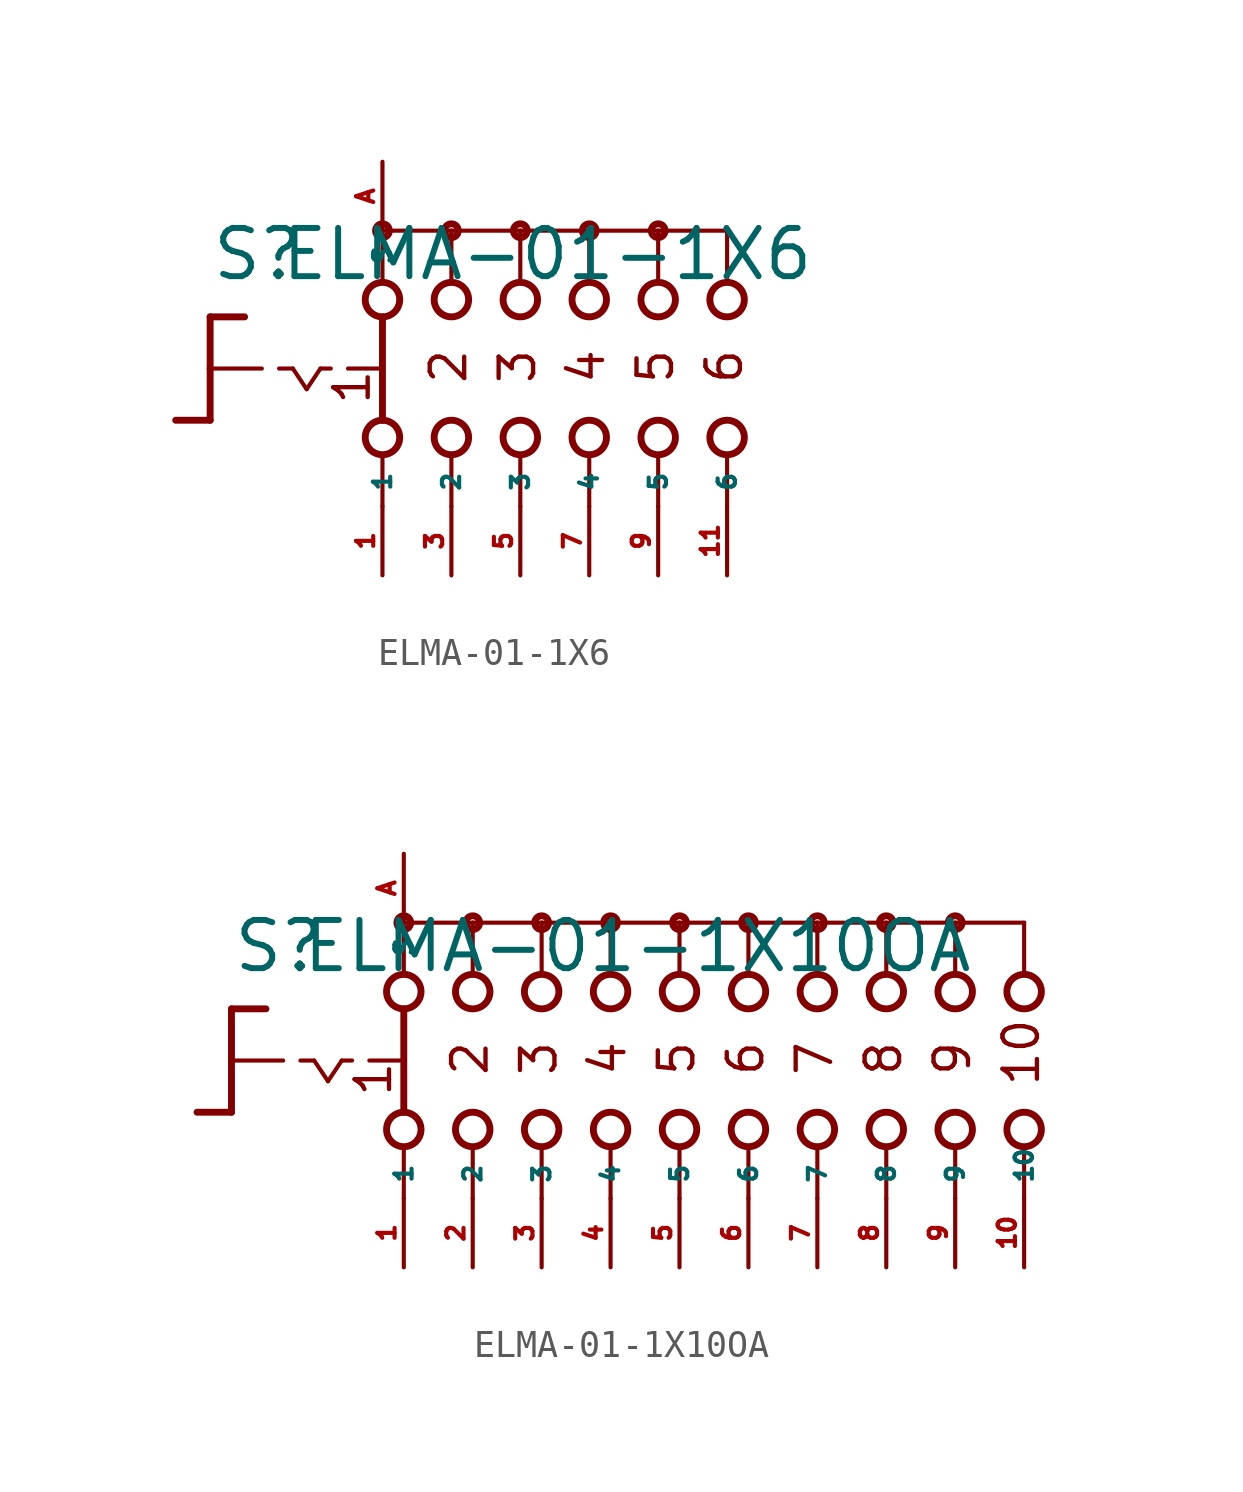
<source format=kicad_sym>
(kicad_symbol_lib
  (version 20220914)
  (generator Eagle2Kicad)
  (symbol "ELMA-01-1X6"
    (property "Reference" "S"
      (at -11.43 3.175 0)
      (effects (font (size 1.778 1.778) (thickness 0.22)) (justify left bottom)))
    (property "Value" "ELMA-01-1X6"
      (at -8.89 3.175 0)
      (effects (font (size 1.778 1.778) (thickness 0.22)) (justify left bottom)))
    (polyline
      (pts (xy -11.43 1.905) (xy -10.16 1.905))
      (stroke (width 0.254) (type default))
      (fill (type none)))
    (polyline
      (pts (xy -11.43 1.905) (xy -11.43 0))
      (stroke (width 0.254) (type default))
      (fill (type none)))
    (polyline
      (pts (xy -11.43 -1.905) (xy -12.7 -1.905))
      (stroke (width 0.254) (type default))
      (fill (type none)))
    (polyline
      (pts (xy -11.43 0) (xy -9.525 0))
      (stroke (width 0.152) (type default))
      (fill (type none)))
    (polyline
      (pts (xy -11.43 0) (xy -11.43 -1.905))
      (stroke (width 0.254) (type default))
      (fill (type none)))
    (polyline
      (pts (xy -8.89 0) (xy -8.382 0))
      (stroke (width 0.152) (type default))
      (fill (type none)))
    (polyline
      (pts (xy -7.366 0) (xy -6.985 0))
      (stroke (width 0.152) (type default))
      (fill (type none)))
    (polyline
      (pts (xy -6.35 0) (xy -5.207 0))
      (stroke (width 0.152) (type default))
      (fill (type none)))
    (polyline
      (pts (xy -8.382 0) (xy -7.874 -0.762))
      (stroke (width 0.152) (type default))
      (fill (type none)))
    (polyline
      (pts (xy -7.874 -0.762) (xy -7.366 0))
      (stroke (width 0.152) (type default))
      (fill (type none)))
    (polyline
      (pts (xy -2.54 3.175) (xy -2.54 5.08))
      (stroke (width 0.152) (type default))
      (fill (type none)))
    (polyline
      (pts (xy 0 3.175) (xy 0 5.08))
      (stroke (width 0.152) (type default))
      (fill (type none)))
    (polyline
      (pts (xy 2.54 3.175) (xy 2.54 5.08))
      (stroke (width 0.152) (type default))
      (fill (type none)))
    (polyline
      (pts (xy -2.54 -5.08) (xy -2.54 -3.175))
      (stroke (width 0.152) (type default))
      (fill (type none)))
    (polyline
      (pts (xy 0 -5.08) (xy 0 -3.175))
      (stroke (width 0.152) (type default))
      (fill (type none)))
    (polyline
      (pts (xy 2.54 -5.08) (xy 2.54 -3.175))
      (stroke (width 0.152) (type default))
      (fill (type none)))
    (polyline
      (pts (xy 0 5.08) (xy -2.54 5.08))
      (stroke (width 0.152) (type default))
      (fill (type none)))
    (polyline
      (pts (xy 0 5.08) (xy 2.54 5.08))
      (stroke (width 0.152) (type default))
      (fill (type none)))
    (polyline
      (pts (xy 5.08 -5.08) (xy 5.08 -3.175))
      (stroke (width 0.152) (type default))
      (fill (type none)))
    (polyline
      (pts (xy 7.62 -5.08) (xy 7.62 -3.175))
      (stroke (width 0.152) (type default))
      (fill (type none)))
    (polyline
      (pts (xy 5.08 3.175) (xy 5.08 5.08))
      (stroke (width 0.152) (type default))
      (fill (type none)))
    (polyline
      (pts (xy 7.62 3.175) (xy 7.62 5.08))
      (stroke (width 0.152) (type default))
      (fill (type none)))
    (polyline
      (pts (xy 2.54 5.08) (xy 5.08 5.08))
      (stroke (width 0.152) (type default))
      (fill (type none)))
    (polyline
      (pts (xy 5.08 5.08) (xy 7.62 5.08))
      (stroke (width 0.152) (type default))
      (fill (type none)))
    (polyline
      (pts (xy -5.08 5.08) (xy -5.08 3.175))
      (stroke (width 0.152) (type default))
      (fill (type none)))
    (polyline
      (pts (xy -5.08 1.905) (xy -5.08 -1.905))
      (stroke (width 0.254) (type default))
      (fill (type none)))
    (polyline
      (pts (xy -5.08 -3.175) (xy -5.08 -5.08))
      (stroke (width 0.152) (type default))
      (fill (type none)))
    (polyline
      (pts (xy -2.54 5.08) (xy -5.08 5.08))
      (stroke (width 0.152) (type default))
      (fill (type none)))
    (text "1"
      (at -5.461 -1.397 900)
      (effects (font (size 1.27 1.27) (thickness 0.16)) (justify left bottom)))
    (text "2"
      (at -1.905 -0.635 900)
      (effects (font (size 1.27 1.27) (thickness 0.16)) (justify left bottom)))
    (text "3"
      (at 0.635 -0.635 900)
      (effects (font (size 1.27 1.27) (thickness 0.16)) (justify left bottom)))
    (text "4"
      (at 3.175 -0.635 900)
      (effects (font (size 1.27 1.27) (thickness 0.16)) (justify left bottom)))
    (text "5"
      (at 5.715 -0.635 900)
      (effects (font (size 1.27 1.27) (thickness 0.16)) (justify left bottom)))
    (text "6"
      (at 8.255 -0.635 900)
      (effects (font (size 1.27 1.27) (thickness 0.16)) (justify left bottom)))
    (circle
      (center 0 5.08)
      (radius 0.254)
      (stroke (width 0.254) (type default))
      (fill (type none)))
    (circle
      (center 2.54 5.08)
      (radius 0.254)
      (stroke (width 0.254) (type default))
      (fill (type none)))
    (circle
      (center -5.08 5.08)
      (radius 0.254)
      (stroke (width 0.254) (type default))
      (fill (type none)))
    (circle
      (center -2.54 5.08)
      (radius 0.254)
      (stroke (width 0.254) (type default))
      (fill (type none)))
    (circle
      (center -5.08 2.54)
      (radius 0.635)
      (stroke (width 0.254) (type default))
      (fill (type none)))
    (circle
      (center -2.54 2.54)
      (radius 0.635)
      (stroke (width 0.254) (type default))
      (fill (type none)))
    (circle
      (center 0 2.54)
      (radius 0.635)
      (stroke (width 0.254) (type default))
      (fill (type none)))
    (circle
      (center -5.08 -2.54)
      (radius 0.635)
      (stroke (width 0.254) (type default))
      (fill (type none)))
    (circle
      (center -2.54 -2.54)
      (radius 0.635)
      (stroke (width 0.254) (type default))
      (fill (type none)))
    (circle
      (center 0 -2.54)
      (radius 0.635)
      (stroke (width 0.254) (type default))
      (fill (type none)))
    (circle
      (center 5.08 5.08)
      (radius 0.254)
      (stroke (width 0.254) (type default))
      (fill (type none)))
    (circle
      (center 2.54 2.54)
      (radius 0.635)
      (stroke (width 0.254) (type default))
      (fill (type none)))
    (circle
      (center 5.08 2.54)
      (radius 0.635)
      (stroke (width 0.254) (type default))
      (fill (type none)))
    (circle
      (center 2.54 -2.54)
      (radius 0.635)
      (stroke (width 0.254) (type default))
      (fill (type none)))
    (circle
      (center 5.08 -2.54)
      (radius 0.635)
      (stroke (width 0.254) (type default))
      (fill (type none)))
    (circle
      (center 7.62 2.54)
      (radius 0.635)
      (stroke (width 0.254) (type default))
      (fill (type none)))
    (circle
      (center 7.62 -2.54)
      (radius 0.635)
      (stroke (width 0.254) (type default))
      (fill (type none)))
    (pin passive line
      (at -5.08 -7.62 90)
      (length 2.54)
      (name "1" (effects (font (size 0.635 0.635) (thickness 0.08)) (justify left bottom)))
      (number "1" (effects (font (size 0.635 0.635) (thickness 0.08)) (justify left bottom))))
    (pin passive line
      (at -5.08 7.62 270)
      (length 2.54)
      (name "S" (effects (font (size 0.635 0.635) (thickness 0.08)) (justify left bottom)))
      (number "A" (effects (font (size 0.635 0.635) (thickness 0.08)) (justify left bottom))))
    (pin passive line
      (at -2.54 -7.62 90)
      (length 2.54)
      (name "2" (effects (font (size 0.635 0.635) (thickness 0.08)) (justify left bottom)))
      (number "3" (effects (font (size 0.635 0.635) (thickness 0.08)) (justify left bottom))))
    (pin passive line
      (at 0 -7.62 90)
      (length 2.54)
      (name "3" (effects (font (size 0.635 0.635) (thickness 0.08)) (justify left bottom)))
      (number "5" (effects (font (size 0.635 0.635) (thickness 0.08)) (justify left bottom))))
    (pin passive line
      (at 2.54 -7.62 90)
      (length 2.54)
      (name "4" (effects (font (size 0.635 0.635) (thickness 0.08)) (justify left bottom)))
      (number "7" (effects (font (size 0.635 0.635) (thickness 0.08)) (justify left bottom))))
    (pin passive line
      (at 5.08 -7.62 90)
      (length 2.54)
      (name "5" (effects (font (size 0.635 0.635) (thickness 0.08)) (justify left bottom)))
      (number "9" (effects (font (size 0.635 0.635) (thickness 0.08)) (justify left bottom))))
    (pin passive line
      (at 7.62 -7.62 90)
      (length 2.54)
      (name "6" (effects (font (size 0.635 0.635) (thickness 0.08)) (justify left bottom)))
      (number "11" (effects (font (size 0.635 0.635) (thickness 0.08)) (justify left bottom)))))
  (symbol "ELMA-01-1X10OA"
    (property "Reference" "S"
      (at -16.51 3.175 0)
      (effects (font (size 1.778 1.778) (thickness 0.22)) (justify left bottom)))
    (property "Value" "ELMA-01-1X10OA"
      (at -13.97 3.175 0)
      (effects (font (size 1.778 1.778) (thickness 0.22)) (justify left bottom)))
    (polyline
      (pts (xy -16.51 1.905) (xy -15.24 1.905))
      (stroke (width 0.254) (type default))
      (fill (type none)))
    (polyline
      (pts (xy -16.51 1.905) (xy -16.51 0))
      (stroke (width 0.254) (type default))
      (fill (type none)))
    (polyline
      (pts (xy -16.51 -1.905) (xy -17.78 -1.905))
      (stroke (width 0.254) (type default))
      (fill (type none)))
    (polyline
      (pts (xy -16.51 0) (xy -14.605 0))
      (stroke (width 0.152) (type default))
      (fill (type none)))
    (polyline
      (pts (xy -16.51 0) (xy -16.51 -1.905))
      (stroke (width 0.254) (type default))
      (fill (type none)))
    (polyline
      (pts (xy -13.97 0) (xy -13.462 0))
      (stroke (width 0.152) (type default))
      (fill (type none)))
    (polyline
      (pts (xy -12.446 0) (xy -12.065 0))
      (stroke (width 0.152) (type default))
      (fill (type none)))
    (polyline
      (pts (xy -11.43 0) (xy -10.287 0))
      (stroke (width 0.152) (type default))
      (fill (type none)))
    (polyline
      (pts (xy -13.462 0) (xy -12.954 -0.762))
      (stroke (width 0.152) (type default))
      (fill (type none)))
    (polyline
      (pts (xy -12.954 -0.762) (xy -12.446 0))
      (stroke (width 0.152) (type default))
      (fill (type none)))
    (polyline
      (pts (xy -7.62 3.175) (xy -7.62 5.08))
      (stroke (width 0.152) (type default))
      (fill (type none)))
    (polyline
      (pts (xy -5.08 3.175) (xy -5.08 5.08))
      (stroke (width 0.152) (type default))
      (fill (type none)))
    (polyline
      (pts (xy -2.54 3.175) (xy -2.54 5.08))
      (stroke (width 0.152) (type default))
      (fill (type none)))
    (polyline
      (pts (xy -7.62 -5.08) (xy -7.62 -3.175))
      (stroke (width 0.152) (type default))
      (fill (type none)))
    (polyline
      (pts (xy -5.08 -5.08) (xy -5.08 -3.175))
      (stroke (width 0.152) (type default))
      (fill (type none)))
    (polyline
      (pts (xy -2.54 -5.08) (xy -2.54 -3.175))
      (stroke (width 0.152) (type default))
      (fill (type none)))
    (polyline
      (pts (xy -5.08 5.08) (xy -7.62 5.08))
      (stroke (width 0.152) (type default))
      (fill (type none)))
    (polyline
      (pts (xy -5.08 5.08) (xy -2.54 5.08))
      (stroke (width 0.152) (type default))
      (fill (type none)))
    (polyline
      (pts (xy 0 -5.08) (xy 0 -3.175))
      (stroke (width 0.152) (type default))
      (fill (type none)))
    (polyline
      (pts (xy 2.54 -5.08) (xy 2.54 -3.175))
      (stroke (width 0.152) (type default))
      (fill (type none)))
    (polyline
      (pts (xy 0 3.175) (xy 0 5.08))
      (stroke (width 0.152) (type default))
      (fill (type none)))
    (polyline
      (pts (xy 2.54 3.175) (xy 2.54 5.08))
      (stroke (width 0.152) (type default))
      (fill (type none)))
    (polyline
      (pts (xy -2.54 5.08) (xy 0 5.08))
      (stroke (width 0.152) (type default))
      (fill (type none)))
    (polyline
      (pts (xy 0 5.08) (xy 2.54 5.08))
      (stroke (width 0.152) (type default))
      (fill (type none)))
    (polyline
      (pts (xy -10.16 5.08) (xy -10.16 3.175))
      (stroke (width 0.152) (type default))
      (fill (type none)))
    (polyline
      (pts (xy -10.16 1.905) (xy -10.16 -1.905))
      (stroke (width 0.254) (type default))
      (fill (type none)))
    (polyline
      (pts (xy -10.16 -3.175) (xy -10.16 -5.08))
      (stroke (width 0.152) (type default))
      (fill (type none)))
    (polyline
      (pts (xy -7.62 5.08) (xy -10.16 5.08))
      (stroke (width 0.152) (type default))
      (fill (type none)))
    (polyline
      (pts (xy 2.54 5.08) (xy 5.08 5.08))
      (stroke (width 0.152) (type default))
      (fill (type none)))
    (polyline
      (pts (xy 5.08 3.175) (xy 5.08 5.08))
      (stroke (width 0.152) (type default))
      (fill (type none)))
    (polyline
      (pts (xy 5.08 -5.08) (xy 5.08 -3.175))
      (stroke (width 0.152) (type default))
      (fill (type none)))
    (polyline
      (pts (xy 7.62 3.175) (xy 7.62 5.08))
      (stroke (width 0.152) (type default))
      (fill (type none)))
    (polyline
      (pts (xy 10.16 3.175) (xy 10.16 5.08))
      (stroke (width 0.152) (type default))
      (fill (type none)))
    (polyline
      (pts (xy 12.7 3.175) (xy 12.7 5.08))
      (stroke (width 0.152) (type default))
      (fill (type none)))
    (polyline
      (pts (xy 5.08 5.08) (xy 7.62 5.08))
      (stroke (width 0.152) (type default))
      (fill (type none)))
    (polyline
      (pts (xy 7.62 5.08) (xy 10.16 5.08))
      (stroke (width 0.152) (type default))
      (fill (type none)))
    (polyline
      (pts (xy 10.16 5.08) (xy 12.7 5.08))
      (stroke (width 0.152) (type default))
      (fill (type none)))
    (polyline
      (pts (xy 7.62 -5.08) (xy 7.62 -3.175))
      (stroke (width 0.152) (type default))
      (fill (type none)))
    (polyline
      (pts (xy 10.16 -5.08) (xy 10.16 -3.175))
      (stroke (width 0.152) (type default))
      (fill (type none)))
    (polyline
      (pts (xy 12.7 -5.08) (xy 12.7 -3.175))
      (stroke (width 0.152) (type default))
      (fill (type none)))
    (text "1"
      (at -10.541 -1.397 900)
      (effects (font (size 1.27 1.27) (thickness 0.16)) (justify left bottom)))
    (text "2"
      (at -6.985 -0.635 900)
      (effects (font (size 1.27 1.27) (thickness 0.16)) (justify left bottom)))
    (text "3"
      (at -4.445 -0.635 900)
      (effects (font (size 1.27 1.27) (thickness 0.16)) (justify left bottom)))
    (text "4"
      (at -1.905 -0.635 900)
      (effects (font (size 1.27 1.27) (thickness 0.16)) (justify left bottom)))
    (text "5"
      (at 0.635 -0.635 900)
      (effects (font (size 1.27 1.27) (thickness 0.16)) (justify left bottom)))
    (text "6"
      (at 3.175 -0.635 900)
      (effects (font (size 1.27 1.27) (thickness 0.16)) (justify left bottom)))
    (text "7"
      (at 5.715 -0.635 900)
      (effects (font (size 1.27 1.27) (thickness 0.16)) (justify left bottom)))
    (text "8"
      (at 8.255 -0.635 900)
      (effects (font (size 1.27 1.27) (thickness 0.16)) (justify left bottom)))
    (text "9"
      (at 10.795 -0.635 900)
      (effects (font (size 1.27 1.27) (thickness 0.16)) (justify left bottom)))
    (text "10"
      (at 13.335 -1.016 900)
      (effects (font (size 1.27 1.27) (thickness 0.16)) (justify left bottom)))
    (circle
      (center -5.08 5.08)
      (radius 0.254)
      (stroke (width 0.254) (type default))
      (fill (type none)))
    (circle
      (center -2.54 5.08)
      (radius 0.254)
      (stroke (width 0.254) (type default))
      (fill (type none)))
    (circle
      (center 2.54 5.08)
      (radius 0.254)
      (stroke (width 0.254) (type default))
      (fill (type none)))
    (circle
      (center -10.16 5.08)
      (radius 0.254)
      (stroke (width 0.254) (type default))
      (fill (type none)))
    (circle
      (center -7.62 5.08)
      (radius 0.254)
      (stroke (width 0.254) (type default))
      (fill (type none)))
    (circle
      (center -10.16 2.54)
      (radius 0.635)
      (stroke (width 0.254) (type default))
      (fill (type none)))
    (circle
      (center -7.62 2.54)
      (radius 0.635)
      (stroke (width 0.254) (type default))
      (fill (type none)))
    (circle
      (center -5.08 2.54)
      (radius 0.635)
      (stroke (width 0.254) (type default))
      (fill (type none)))
    (circle
      (center -10.16 -2.54)
      (radius 0.635)
      (stroke (width 0.254) (type default))
      (fill (type none)))
    (circle
      (center -7.62 -2.54)
      (radius 0.635)
      (stroke (width 0.254) (type default))
      (fill (type none)))
    (circle
      (center -5.08 -2.54)
      (radius 0.635)
      (stroke (width 0.254) (type default))
      (fill (type none)))
    (circle
      (center 0 5.08)
      (radius 0.254)
      (stroke (width 0.254) (type default))
      (fill (type none)))
    (circle
      (center -2.54 2.54)
      (radius 0.635)
      (stroke (width 0.254) (type default))
      (fill (type none)))
    (circle
      (center 0 2.54)
      (radius 0.635)
      (stroke (width 0.254) (type default))
      (fill (type none)))
    (circle
      (center -2.54 -2.54)
      (radius 0.635)
      (stroke (width 0.254) (type default))
      (fill (type none)))
    (circle
      (center 0 -2.54)
      (radius 0.635)
      (stroke (width 0.254) (type default))
      (fill (type none)))
    (circle
      (center 2.54 2.54)
      (radius 0.635)
      (stroke (width 0.254) (type default))
      (fill (type none)))
    (circle
      (center 2.54 -2.54)
      (radius 0.635)
      (stroke (width 0.254) (type default))
      (fill (type none)))
    (circle
      (center 5.08 5.08)
      (radius 0.254)
      (stroke (width 0.254) (type default))
      (fill (type none)))
    (circle
      (center 5.08 2.54)
      (radius 0.635)
      (stroke (width 0.254) (type default))
      (fill (type none)))
    (circle
      (center 5.08 -2.54)
      (radius 0.635)
      (stroke (width 0.254) (type default))
      (fill (type none)))
    (circle
      (center 7.62 2.54)
      (radius 0.635)
      (stroke (width 0.254) (type default))
      (fill (type none)))
    (circle
      (center 10.16 2.54)
      (radius 0.635)
      (stroke (width 0.254) (type default))
      (fill (type none)))
    (circle
      (center 12.7 2.54)
      (radius 0.635)
      (stroke (width 0.254) (type default))
      (fill (type none)))
    (circle
      (center 7.62 5.08)
      (radius 0.254)
      (stroke (width 0.254) (type default))
      (fill (type none)))
    (circle
      (center 10.16 5.08)
      (radius 0.254)
      (stroke (width 0.254) (type default))
      (fill (type none)))
    (circle
      (center 7.62 -2.54)
      (radius 0.635)
      (stroke (width 0.254) (type default))
      (fill (type none)))
    (circle
      (center 10.16 -2.54)
      (radius 0.635)
      (stroke (width 0.254) (type default))
      (fill (type none)))
    (circle
      (center 12.7 -2.54)
      (radius 0.635)
      (stroke (width 0.254) (type default))
      (fill (type none)))
    (pin passive line
      (at -10.16 -7.62 90)
      (length 2.54)
      (name "1" (effects (font (size 0.635 0.635) (thickness 0.08)) (justify left bottom)))
      (number "1" (effects (font (size 0.635 0.635) (thickness 0.08)) (justify left bottom))))
    (pin passive line
      (at -10.16 7.62 270)
      (length 2.54)
      (name "S" (effects (font (size 0.635 0.635) (thickness 0.08)) (justify left bottom)))
      (number "A" (effects (font (size 0.635 0.635) (thickness 0.08)) (justify left bottom))))
    (pin passive line
      (at -7.62 -7.62 90)
      (length 2.54)
      (name "2" (effects (font (size 0.635 0.635) (thickness 0.08)) (justify left bottom)))
      (number "2" (effects (font (size 0.635 0.635) (thickness 0.08)) (justify left bottom))))
    (pin passive line
      (at -5.08 -7.62 90)
      (length 2.54)
      (name "3" (effects (font (size 0.635 0.635) (thickness 0.08)) (justify left bottom)))
      (number "3" (effects (font (size 0.635 0.635) (thickness 0.08)) (justify left bottom))))
    (pin passive line
      (at -2.54 -7.62 90)
      (length 2.54)
      (name "4" (effects (font (size 0.635 0.635) (thickness 0.08)) (justify left bottom)))
      (number "4" (effects (font (size 0.635 0.635) (thickness 0.08)) (justify left bottom))))
    (pin passive line
      (at 0 -7.62 90)
      (length 2.54)
      (name "5" (effects (font (size 0.635 0.635) (thickness 0.08)) (justify left bottom)))
      (number "5" (effects (font (size 0.635 0.635) (thickness 0.08)) (justify left bottom))))
    (pin passive line
      (at 2.54 -7.62 90)
      (length 2.54)
      (name "6" (effects (font (size 0.635 0.635) (thickness 0.08)) (justify left bottom)))
      (number "6" (effects (font (size 0.635 0.635) (thickness 0.08)) (justify left bottom))))
    (pin passive line
      (at 5.08 -7.62 90)
      (length 2.54)
      (name "7" (effects (font (size 0.635 0.635) (thickness 0.08)) (justify left bottom)))
      (number "7" (effects (font (size 0.635 0.635) (thickness 0.08)) (justify left bottom))))
    (pin passive line
      (at 7.62 -7.62 90)
      (length 2.54)
      (name "8" (effects (font (size 0.635 0.635) (thickness 0.08)) (justify left bottom)))
      (number "8" (effects (font (size 0.635 0.635) (thickness 0.08)) (justify left bottom))))
    (pin passive line
      (at 10.16 -7.62 90)
      (length 2.54)
      (name "9" (effects (font (size 0.635 0.635) (thickness 0.08)) (justify left bottom)))
      (number "9" (effects (font (size 0.635 0.635) (thickness 0.08)) (justify left bottom))))
    (pin passive line
      (at 12.7 -7.62 90)
      (length 2.54)
      (name "10" (effects (font (size 0.635 0.635) (thickness 0.08)) (justify left bottom)))
      (number "10" (effects (font (size 0.635 0.635) (thickness 0.08)) (justify left bottom))))))
</source>
